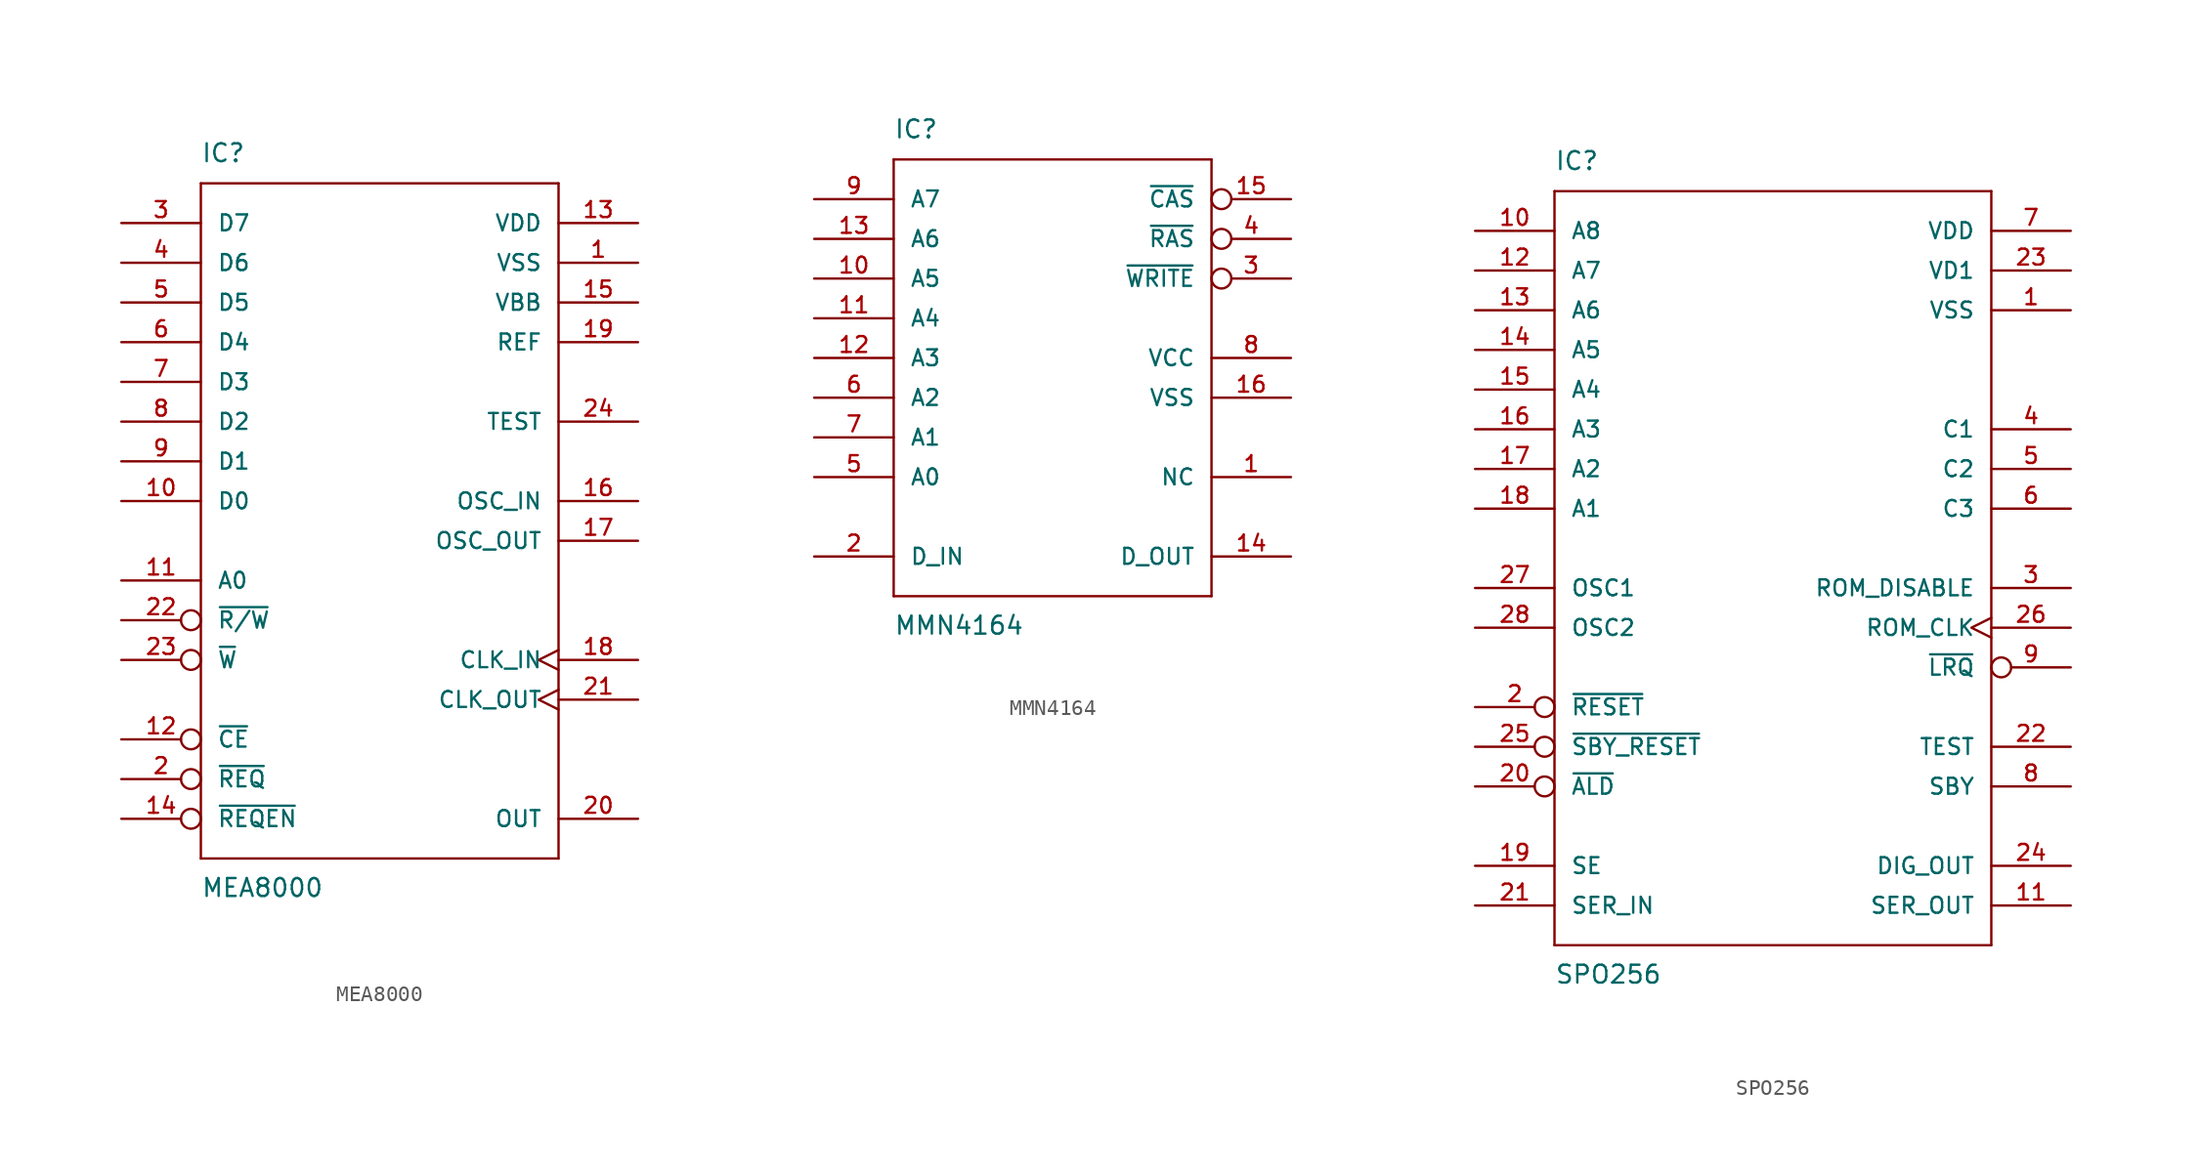
<source format=kicad_sym>
(kicad_symbol_lib
  (version 20211014)
  (generator kicad_symbol_editor)
  (symbol "MEA8000"
    (pin_names
      (offset 1.016))
    (property "Reference" "IC"
      (at -12.7 24.13 0)
      (effects (font (size 1.143 1.143)) (justify left bottom)))
    (property "Value" "MEA8000"
      (at -12.7 -22.86 0)
      (effects (font (size 1.143 1.143)) (justify left bottom)))
    (property "ki_locked" ""
      (at 0 0 0)
      (effects (font (size 1.27 1.27))))
    (symbol "MEA8000_1_0"
      (polyline (pts (xy -12.7 -20.32) (xy 10.16 -20.32)) (stroke (width 0) (type default) (color 0 0 0 0)) (fill (type none)))
      (polyline (pts (xy -12.7 22.86) (xy -12.7 -20.32)) (stroke (width 0) (type default) (color 0 0 0 0)) (fill (type none)))
      (polyline (pts (xy 10.16 -20.32) (xy 10.16 22.86)) (stroke (width 0) (type default) (color 0 0 0 0)) (fill (type none)))
      (polyline (pts (xy 10.16 22.86) (xy -12.7 22.86)) (stroke (width 0) (type default) (color 0 0 0 0)) (fill (type none))))
    (symbol "MEA8000_1_1"
      (pin power_in line (at 15.24 17.78 180) (length 5.08) (name "VSS" (effects (font (size 1.016 1.016)))) (number "1" (effects (font (size 1.016 1.016)))))
      (pin input line (at -17.78 2.54 0) (length 5.08) (name "D0" (effects (font (size 1.016 1.016)))) (number "10" (effects (font (size 1.016 1.016)))))
      (pin input line (at -17.78 -2.54 0) (length 5.08) (name "A0" (effects (font (size 1.016 1.016)))) (number "11" (effects (font (size 1.016 1.016)))))
      (pin input inverted (at -17.78 -12.7 0) (length 5.08) (name "~{CE}" (effects (font (size 1.016 1.016)))) (number "12" (effects (font (size 1.016 1.016)))))
      (pin power_in line (at 15.24 20.32 180) (length 5.08) (name "VDD" (effects (font (size 1.016 1.016)))) (number "13" (effects (font (size 1.016 1.016)))))
      (pin input inverted (at -17.78 -17.78 0) (length 5.08) (name "~{REQEN}" (effects (font (size 1.016 1.016)))) (number "14" (effects (font (size 1.016 1.016)))))
      (pin power_in line (at 15.24 15.24 180) (length 5.08) (name "VBB" (effects (font (size 1.016 1.016)))) (number "15" (effects (font (size 1.016 1.016)))))
      (pin input line (at 15.24 2.54 180) (length 5.08) (name "OSC_IN" (effects (font (size 1.016 1.016)))) (number "16" (effects (font (size 1.016 1.016)))))
      (pin output line (at 15.24 0 180) (length 5.08) (name "OSC_OUT" (effects (font (size 1.016 1.016)))) (number "17" (effects (font (size 1.016 1.016)))))
      (pin input clock (at 15.24 -7.62 180) (length 5.08) (name "CLK_IN" (effects (font (size 1.016 1.016)))) (number "18" (effects (font (size 1.016 1.016)))))
      (pin input line (at 15.24 12.7 180) (length 5.08) (name "REF" (effects (font (size 1.016 1.016)))) (number "19" (effects (font (size 1.016 1.016)))))
      (pin input inverted (at -17.78 -15.24 0) (length 5.08) (name "~{REQ}" (effects (font (size 1.016 1.016)))) (number "2" (effects (font (size 1.016 1.016)))))
      (pin output line (at 15.24 -17.78 180) (length 5.08) (name "OUT" (effects (font (size 1.016 1.016)))) (number "20" (effects (font (size 1.016 1.016)))))
      (pin output clock (at 15.24 -10.16 180) (length 5.08) (name "CLK_OUT" (effects (font (size 1.016 1.016)))) (number "21" (effects (font (size 1.016 1.016)))))
      (pin input inverted (at -17.78 -5.08 0) (length 5.08) (name "~{R/W}" (effects (font (size 1.016 1.016)))) (number "22" (effects (font (size 1.016 1.016)))))
      (pin input inverted (at -17.78 -7.62 0) (length 5.08) (name "~{W}" (effects (font (size 1.016 1.016)))) (number "23" (effects (font (size 1.016 1.016)))))
      (pin bidirectional line (at 15.24 7.62 180) (length 5.08) (name "TEST" (effects (font (size 1.016 1.016)))) (number "24" (effects (font (size 1.016 1.016)))))
      (pin input line (at -17.78 20.32 0) (length 5.08) (name "D7" (effects (font (size 1.016 1.016)))) (number "3" (effects (font (size 1.016 1.016)))))
      (pin input line (at -17.78 17.78 0) (length 5.08) (name "D6" (effects (font (size 1.016 1.016)))) (number "4" (effects (font (size 1.016 1.016)))))
      (pin input line (at -17.78 15.24 0) (length 5.08) (name "D5" (effects (font (size 1.016 1.016)))) (number "5" (effects (font (size 1.016 1.016)))))
      (pin input line (at -17.78 12.7 0) (length 5.08) (name "D4" (effects (font (size 1.016 1.016)))) (number "6" (effects (font (size 1.016 1.016)))))
      (pin input line (at -17.78 10.16 0) (length 5.08) (name "D3" (effects (font (size 1.016 1.016)))) (number "7" (effects (font (size 1.016 1.016)))))
      (pin input line (at -17.78 7.62 0) (length 5.08) (name "D2" (effects (font (size 1.016 1.016)))) (number "8" (effects (font (size 1.016 1.016)))))
      (pin input line (at -17.78 5.08 0) (length 5.08) (name "D1" (effects (font (size 1.016 1.016)))) (number "9" (effects (font (size 1.016 1.016)))))))
  (symbol "MMN4164"
    (pin_names
      (offset 1.016))
    (property "Reference" "IC"
      (at -10.16 13.97 0)
      (effects (font (size 1.143 1.143)) (justify left bottom)))
    (property "Value" "MMN4164"
      (at -10.16 -17.78 0)
      (effects (font (size 1.143 1.143)) (justify left bottom)))
    (property "ki_locked" ""
      (at 0 0 0)
      (effects (font (size 1.27 1.27))))
    (symbol "MMN4164_1_0"
      (polyline (pts (xy -10.16 -15.24) (xy 10.16 -15.24)) (stroke (width 0) (type default) (color 0 0 0 0)) (fill (type none)))
      (polyline (pts (xy -10.16 12.7) (xy -10.16 -15.24)) (stroke (width 0) (type default) (color 0 0 0 0)) (fill (type none)))
      (polyline (pts (xy 10.16 -15.24) (xy 10.16 12.7)) (stroke (width 0) (type default) (color 0 0 0 0)) (fill (type none)))
      (polyline (pts (xy 10.16 12.7) (xy -10.16 12.7)) (stroke (width 0) (type default) (color 0 0 0 0)) (fill (type none))))
    (symbol "MMN4164_1_1"
      (pin unspecified line (at 15.24 -7.62 180) (length 5.08) (name "NC" (effects (font (size 1.016 1.016)))) (number "1" (effects (font (size 1.016 1.016)))))
      (pin input line (at -15.24 5.08 0) (length 5.08) (name "A5" (effects (font (size 1.016 1.016)))) (number "10" (effects (font (size 1.016 1.016)))))
      (pin input line (at -15.24 2.54 0) (length 5.08) (name "A4" (effects (font (size 1.016 1.016)))) (number "11" (effects (font (size 1.016 1.016)))))
      (pin input line (at -15.24 0 0) (length 5.08) (name "A3" (effects (font (size 1.016 1.016)))) (number "12" (effects (font (size 1.016 1.016)))))
      (pin input line (at -15.24 7.62 0) (length 5.08) (name "A6" (effects (font (size 1.016 1.016)))) (number "13" (effects (font (size 1.016 1.016)))))
      (pin output line (at 15.24 -12.7 180) (length 5.08) (name "D_OUT" (effects (font (size 1.016 1.016)))) (number "14" (effects (font (size 1.016 1.016)))))
      (pin input inverted (at 15.24 10.16 180) (length 5.08) (name "~{CAS}" (effects (font (size 1.016 1.016)))) (number "15" (effects (font (size 1.016 1.016)))))
      (pin power_in line (at 15.24 -2.54 180) (length 5.08) (name "VSS" (effects (font (size 1.016 1.016)))) (number "16" (effects (font (size 1.016 1.016)))))
      (pin input line (at -15.24 -12.7 0) (length 5.08) (name "D_IN" (effects (font (size 1.016 1.016)))) (number "2" (effects (font (size 1.016 1.016)))))
      (pin input inverted (at 15.24 5.08 180) (length 5.08) (name "~{WRITE}" (effects (font (size 1.016 1.016)))) (number "3" (effects (font (size 1.016 1.016)))))
      (pin input inverted (at 15.24 7.62 180) (length 5.08) (name "~{RAS}" (effects (font (size 1.016 1.016)))) (number "4" (effects (font (size 1.016 1.016)))))
      (pin input line (at -15.24 -7.62 0) (length 5.08) (name "A0" (effects (font (size 1.016 1.016)))) (number "5" (effects (font (size 1.016 1.016)))))
      (pin input line (at -15.24 -2.54 0) (length 5.08) (name "A2" (effects (font (size 1.016 1.016)))) (number "6" (effects (font (size 1.016 1.016)))))
      (pin input line (at -15.24 -5.08 0) (length 5.08) (name "A1" (effects (font (size 1.016 1.016)))) (number "7" (effects (font (size 1.016 1.016)))))
      (pin power_in line (at 15.24 0 180) (length 5.08) (name "VCC" (effects (font (size 1.016 1.016)))) (number "8" (effects (font (size 1.016 1.016)))))
      (pin input line (at -15.24 10.16 0) (length 5.08) (name "A7" (effects (font (size 1.016 1.016)))) (number "9" (effects (font (size 1.016 1.016)))))))
  (symbol "SPO256"
    (pin_names
      (offset 1.016))
    (property "Reference" "IC"
      (at -15.24 24.13 0)
      (effects (font (size 1.143 1.143)) (justify left bottom)))
    (property "Value" "SPO256"
      (at -15.24 -27.94 0)
      (effects (font (size 1.143 1.143)) (justify left bottom)))
    (property "ki_locked" ""
      (at 0 0 0)
      (effects (font (size 1.27 1.27))))
    (symbol "SPO256_1_0"
      (polyline (pts (xy -15.24 -25.4) (xy 12.7 -25.4)) (stroke (width 0) (type default) (color 0 0 0 0)) (fill (type none)))
      (polyline (pts (xy -15.24 22.86) (xy -15.24 -25.4)) (stroke (width 0) (type default) (color 0 0 0 0)) (fill (type none)))
      (polyline (pts (xy 12.7 -25.4) (xy 12.7 22.86)) (stroke (width 0) (type default) (color 0 0 0 0)) (fill (type none)))
      (polyline (pts (xy 12.7 22.86) (xy -15.24 22.86)) (stroke (width 0) (type default) (color 0 0 0 0)) (fill (type none))))
    (symbol "SPO256_1_1"
      (pin power_in line (at 17.78 15.24 180) (length 5.08) (name "VSS" (effects (font (size 1.016 1.016)))) (number "1" (effects (font (size 1.016 1.016)))))
      (pin input line (at -20.32 20.32 0) (length 5.08) (name "A8" (effects (font (size 1.016 1.016)))) (number "10" (effects (font (size 1.016 1.016)))))
      (pin output line (at 17.78 -22.86 180) (length 5.08) (name "SER_OUT" (effects (font (size 1.016 1.016)))) (number "11" (effects (font (size 1.016 1.016)))))
      (pin input line (at -20.32 17.78 0) (length 5.08) (name "A7" (effects (font (size 1.016 1.016)))) (number "12" (effects (font (size 1.016 1.016)))))
      (pin input line (at -20.32 15.24 0) (length 5.08) (name "A6" (effects (font (size 1.016 1.016)))) (number "13" (effects (font (size 1.016 1.016)))))
      (pin input line (at -20.32 12.7 0) (length 5.08) (name "A5" (effects (font (size 1.016 1.016)))) (number "14" (effects (font (size 1.016 1.016)))))
      (pin input line (at -20.32 10.16 0) (length 5.08) (name "A4" (effects (font (size 1.016 1.016)))) (number "15" (effects (font (size 1.016 1.016)))))
      (pin input line (at -20.32 7.62 0) (length 5.08) (name "A3" (effects (font (size 1.016 1.016)))) (number "16" (effects (font (size 1.016 1.016)))))
      (pin input line (at -20.32 5.08 0) (length 5.08) (name "A2" (effects (font (size 1.016 1.016)))) (number "17" (effects (font (size 1.016 1.016)))))
      (pin input line (at -20.32 2.54 0) (length 5.08) (name "A1" (effects (font (size 1.016 1.016)))) (number "18" (effects (font (size 1.016 1.016)))))
      (pin input line (at -20.32 -20.32 0) (length 5.08) (name "SE" (effects (font (size 1.016 1.016)))) (number "19" (effects (font (size 1.016 1.016)))))
      (pin input inverted (at -20.32 -10.16 0) (length 5.08) (name "~{RESET}" (effects (font (size 1.016 1.016)))) (number "2" (effects (font (size 1.016 1.016)))))
      (pin input inverted (at -20.32 -15.24 0) (length 5.08) (name "~{ALD}" (effects (font (size 1.016 1.016)))) (number "20" (effects (font (size 1.016 1.016)))))
      (pin input line (at -20.32 -22.86 0) (length 5.08) (name "SER_IN" (effects (font (size 1.016 1.016)))) (number "21" (effects (font (size 1.016 1.016)))))
      (pin unspecified line (at 17.78 -12.7 180) (length 5.08) (name "TEST" (effects (font (size 1.016 1.016)))) (number "22" (effects (font (size 1.016 1.016)))))
      (pin power_in line (at 17.78 17.78 180) (length 5.08) (name "VD1" (effects (font (size 1.016 1.016)))) (number "23" (effects (font (size 1.016 1.016)))))
      (pin output line (at 17.78 -20.32 180) (length 5.08) (name "DIG_OUT" (effects (font (size 1.016 1.016)))) (number "24" (effects (font (size 1.016 1.016)))))
      (pin input inverted (at -20.32 -12.7 0) (length 5.08) (name "~{SBY_RESET}" (effects (font (size 1.016 1.016)))) (number "25" (effects (font (size 1.016 1.016)))))
      (pin output clock (at 17.78 -5.08 180) (length 5.08) (name "ROM_CLK" (effects (font (size 1.016 1.016)))) (number "26" (effects (font (size 1.016 1.016)))))
      (pin input line (at -20.32 -2.54 0) (length 5.08) (name "OSC1" (effects (font (size 1.016 1.016)))) (number "27" (effects (font (size 1.016 1.016)))))
      (pin input line (at -20.32 -5.08 0) (length 5.08) (name "OSC2" (effects (font (size 1.016 1.016)))) (number "28" (effects (font (size 1.016 1.016)))))
      (pin output line (at 17.78 -2.54 180) (length 5.08) (name "ROM_DISABLE" (effects (font (size 1.016 1.016)))) (number "3" (effects (font (size 1.016 1.016)))))
      (pin output line (at 17.78 7.62 180) (length 5.08) (name "C1" (effects (font (size 1.016 1.016)))) (number "4" (effects (font (size 1.016 1.016)))))
      (pin output line (at 17.78 5.08 180) (length 5.08) (name "C2" (effects (font (size 1.016 1.016)))) (number "5" (effects (font (size 1.016 1.016)))))
      (pin output line (at 17.78 2.54 180) (length 5.08) (name "C3" (effects (font (size 1.016 1.016)))) (number "6" (effects (font (size 1.016 1.016)))))
      (pin power_in line (at 17.78 20.32 180) (length 5.08) (name "VDD" (effects (font (size 1.016 1.016)))) (number "7" (effects (font (size 1.016 1.016)))))
      (pin output line (at 17.78 -15.24 180) (length 5.08) (name "SBY" (effects (font (size 1.016 1.016)))) (number "8" (effects (font (size 1.016 1.016)))))
      (pin output inverted (at 17.78 -7.62 180) (length 5.08) (name "~{LRQ}" (effects (font (size 1.016 1.016)))) (number "9" (effects (font (size 1.016 1.016))))))))
</source>
